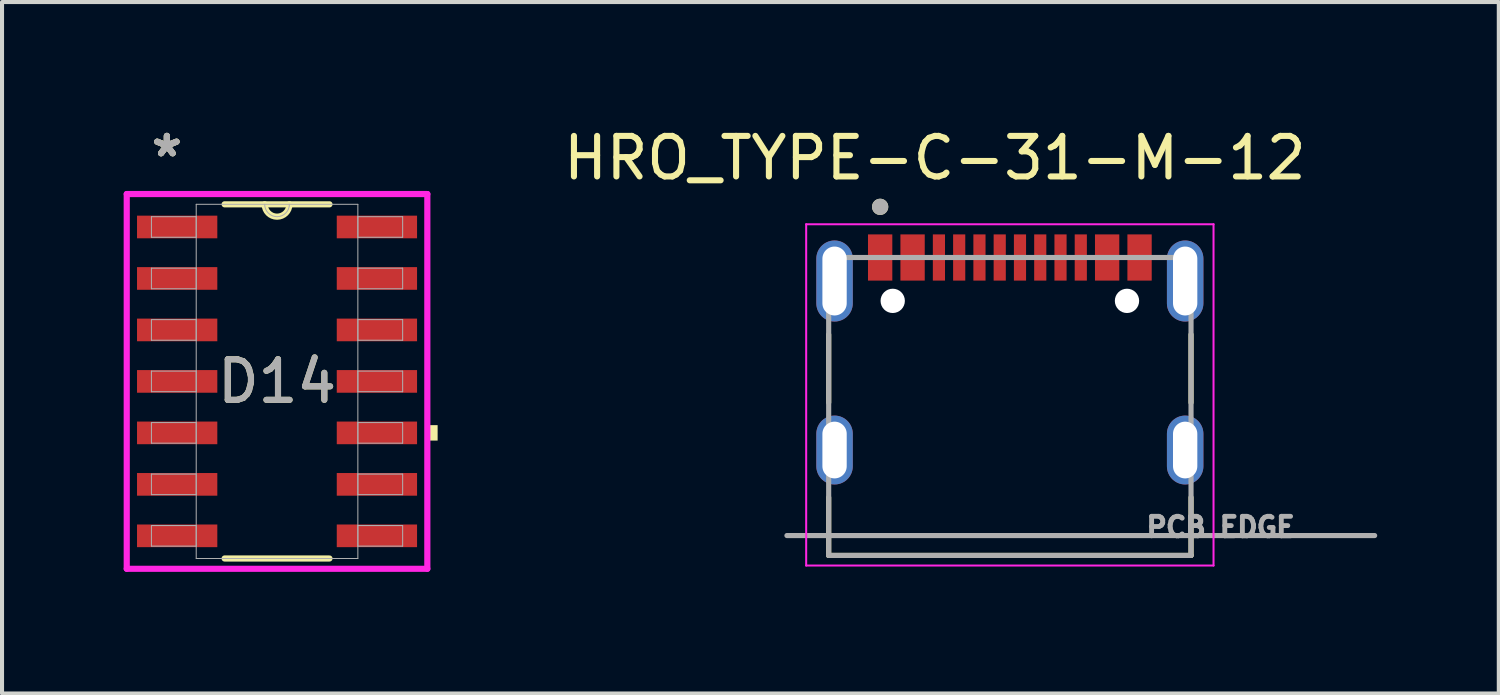
<source format=kicad_pcb>
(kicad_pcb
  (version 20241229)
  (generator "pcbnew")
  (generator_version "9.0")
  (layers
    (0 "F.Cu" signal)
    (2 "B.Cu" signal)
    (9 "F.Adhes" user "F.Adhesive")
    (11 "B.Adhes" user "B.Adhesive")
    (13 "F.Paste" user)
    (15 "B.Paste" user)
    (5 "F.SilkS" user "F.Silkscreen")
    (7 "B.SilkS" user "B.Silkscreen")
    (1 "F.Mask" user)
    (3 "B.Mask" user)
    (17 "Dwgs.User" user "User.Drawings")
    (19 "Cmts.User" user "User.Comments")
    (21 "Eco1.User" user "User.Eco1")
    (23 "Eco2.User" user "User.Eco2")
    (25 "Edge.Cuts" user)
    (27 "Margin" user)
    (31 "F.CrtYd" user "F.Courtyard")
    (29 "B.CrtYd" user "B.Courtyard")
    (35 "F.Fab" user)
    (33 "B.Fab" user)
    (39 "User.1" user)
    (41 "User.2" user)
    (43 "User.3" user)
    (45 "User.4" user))
  (footprint "HRO_TYPE-C-31-M-12"
    (layer "F.Cu")
    (at 21.865 8.053)
    (property "Reference" "HRO_TYPE-C-31-M-12" (at -1.85 -7.205 0) (layer "F.SilkS") (effects (font (size 1 1) (thickness 0.15))))
    (attr smd)
    (fp_poly (pts (xy -3.55 -5.37) (xy -2.85 -5.37) (xy -2.85 -4.13) (xy -3.55 -4.13)) (stroke (width 0.01) (type solid)) (fill yes) (layer "F.Mask"))
    (fp_poly (pts (xy -2.75 -5.37) (xy -2.05 -5.37) (xy -2.05 -4.13) (xy -2.75 -4.13)) (stroke (width 0.01) (type solid)) (fill yes) (layer "F.Mask"))
    (fp_poly (pts (xy -1.95 -5.37) (xy -1.55 -5.37) (xy -1.55 -4.13) (xy -1.95 -4.13)) (stroke (width 0.01) (type solid)) (fill yes) (layer "F.Mask"))
    (fp_poly (pts (xy -1.45 -5.37) (xy -1.05 -5.37) (xy -1.05 -4.13) (xy -1.45 -4.13)) (stroke (width 0.01) (type solid)) (fill yes) (layer "F.Mask"))
    (fp_poly (pts (xy -0.95 -5.37) (xy -0.55 -5.37) (xy -0.55 -4.13) (xy -0.95 -4.13)) (stroke (width 0.01) (type solid)) (fill yes) (layer "F.Mask"))
    (fp_poly (pts (xy -0.45 -5.37) (xy -0.05 -5.37) (xy -0.05 -4.13) (xy -0.45 -4.13)) (stroke (width 0.01) (type solid)) (fill yes) (layer "F.Mask"))
    (fp_poly (pts (xy 0.05 -5.37) (xy 0.45 -5.37) (xy 0.45 -4.13) (xy 0.05 -4.13)) (stroke (width 0.01) (type solid)) (fill yes) (layer "F.Mask"))
    (fp_poly (pts (xy 0.55 -5.37) (xy 0.95 -5.37) (xy 0.95 -4.13) (xy 0.55 -4.13)) (stroke (width 0.01) (type solid)) (fill yes) (layer "F.Mask"))
    (fp_poly (pts (xy 1.05 -5.37) (xy 1.45 -5.37) (xy 1.45 -4.13) (xy 1.05 -4.13)) (stroke (width 0.01) (type solid)) (fill yes) (layer "F.Mask"))
    (fp_poly (pts (xy 1.55 -5.37) (xy 1.95 -5.37) (xy 1.95 -4.13) (xy 1.55 -4.13)) (stroke (width 0.01) (type solid)) (fill yes) (layer "F.Mask"))
    (fp_poly (pts (xy 2.05 -5.37) (xy 2.75 -5.37) (xy 2.75 -4.13) (xy 2.05 -4.13)) (stroke (width 0.01) (type solid)) (fill yes) (layer "F.Mask"))
    (fp_poly (pts (xy 2.85 -5.37) (xy 3.55 -5.37) (xy 3.55 -4.13) (xy 2.85 -4.13)) (stroke (width 0.01) (type solid)) (fill yes) (layer "F.Mask"))
    (fp_line (start -4.47 -2.85) (end -4.47 -1.17) (stroke (width 0.127) (type solid)) (layer "F.SilkS"))
    (fp_line (start -4.47 2.6) (end -4.47 1.17) (stroke (width 0.127) (type solid)) (layer "F.SilkS"))
    (fp_line (start -4.47 2.6) (end 4.47 2.6) (stroke (width 0.127) (type solid)) (layer "F.SilkS"))
    (fp_line (start 4.47 -2.85) (end 4.47 -1.17) (stroke (width 0.127) (type solid)) (layer "F.SilkS"))
    (fp_line (start 4.47 2.6) (end 4.47 1.17) (stroke (width 0.127) (type solid)) (layer "F.SilkS"))
    (fp_circle (center -3.2 -6) (end -3.1 -6) (stroke (width 0.2) (type solid)) (fill no) (layer "F.SilkS"))
    (fp_line (start -5.025 -5.57) (end -5.025 2.85) (stroke (width 0.05) (type solid)) (layer "F.CrtYd"))
    (fp_line (start -5.025 2.85) (end 5.025 2.85) (stroke (width 0.05) (type solid)) (layer "F.CrtYd"))
    (fp_line (start 5.025 -5.57) (end -5.025 -5.57) (stroke (width 0.05) (type solid)) (layer "F.CrtYd"))
    (fp_line (start 5.025 2.85) (end 5.025 -5.57) (stroke (width 0.05) (type solid)) (layer "F.CrtYd"))
    (fp_line (start -5.5 2.11) (end 9 2.11) (stroke (width 0.127) (type solid)) (layer "F.Fab"))
    (fp_line (start -4.47 -4.75) (end -4.47 2.6) (stroke (width 0.127) (type solid)) (layer "F.Fab"))
    (fp_line (start -4.47 2.6) (end 4.47 2.6) (stroke (width 0.127) (type solid)) (layer "F.Fab"))
    (fp_line (start 4.47 -4.75) (end -4.47 -4.75) (stroke (width 0.127) (type solid)) (layer "F.Fab"))
    (fp_line (start 4.47 2.6) (end 4.47 -4.75) (stroke (width 0.127) (type solid)) (layer "F.Fab"))
    (fp_circle (center -3.2 -6) (end -3.1 -6) (stroke (width 0.2) (type solid)) (fill no) (layer "F.Fab"))
    (fp_text user "PCB EDGE" (at 5.2 1.9 0) (layer "F.Fab") (effects (font (size 0.48 0.48) (thickness 0.15))))
    (pad "" np_thru_hole circle (at -2.89 -3.68) (size 0.6 0.6) (drill 0.6) (layers "*.Cu" "*.Mask"))
    (pad "" np_thru_hole circle (at 2.89 -3.68) (size 0.6 0.6) (drill 0.6) (layers "*.Cu" "*.Mask"))
    (pad "A1_B12" smd rect (at -3.2 -4.75) (size 0.6 1.14) (layers "F.Cu" "F.Paste"))
    (pad "A4_B9" smd rect (at -2.4 -4.75) (size 0.6 1.14) (layers "F.Cu" "F.Paste"))
    (pad "A5" smd rect (at -1.25 -4.75) (size 0.3 1.14) (layers "F.Cu" "F.Paste"))
    (pad "A6" smd rect (at -0.25 -4.75) (size 0.3 1.14) (layers "F.Cu" "F.Paste"))
    (pad "A7" smd rect (at 0.25 -4.75) (size 0.3 1.14) (layers "F.Cu" "F.Paste"))
    (pad "A8" smd rect (at 1.25 -4.75) (size 0.3 1.14) (layers "F.Cu" "F.Paste"))
    (pad "B1_A12" smd rect (at 3.2 -4.75) (size 0.6 1.14) (layers "F.Cu" "F.Paste"))
    (pad "B4_A9" smd rect (at 2.4 -4.75) (size 0.6 1.14) (layers "F.Cu" "F.Paste"))
    (pad "B5" smd rect (at 1.75 -4.75) (size 0.3 1.14) (layers "F.Cu" "F.Paste"))
    (pad "B6" smd rect (at 0.75 -4.75) (size 0.3 1.14) (layers "F.Cu" "F.Paste"))
    (pad "B7" smd rect (at -0.75 -4.75) (size 0.3 1.14) (layers "F.Cu" "F.Paste"))
    (pad "B8" smd rect (at -1.75 -4.75) (size 0.3 1.14) (layers "F.Cu" "F.Paste"))
    (pad "S1" thru_hole oval (at -4.325 -4.17) (size 0.9 2) (drill oval 0.6 1.7) (layers "*.Cu" "*.Mask"))
    (pad "S2" thru_hole oval (at 4.325 -4.17) (size 0.9 2) (drill oval 0.6 1.7) (layers "*.Cu" "*.Mask"))
    (pad "S3" thru_hole oval (at -4.325 0) (size 0.9 1.7) (drill oval 0.6 1.4) (layers "*.Cu" "*.Mask"))
    (pad "S4" thru_hole oval (at 4.325 0) (size 0.9 1.7) (drill oval 0.6 1.4) (layers "*.Cu" "*.Mask")))
  (footprint "D14"
    (layer "F.Cu")
    (at 3.785 6.36)
    (property "Reference" "D14" (at 0 0 0) (unlocked yes) (layer "F.SilkS") (effects (font (size 1 1) (thickness 0.15))))
    (attr smd)
    (fp_line (start -1.293 4.369) (end 1.293 4.369) (stroke (width 0.152) (type solid)) (layer "F.SilkS"))
    (fp_line (start 1.293 -4.369) (end -1.293 -4.369) (stroke (width 0.152) (type solid)) (layer "F.SilkS"))
    (fp_arc (start 0.3048 -4.3688) (mid 0 -4.064) (end -0.3048 -4.3688) (stroke (width 0.1524) (type solid)) (layer "F.SilkS"))
    (fp_poly (pts (xy 3.962 1.079) (xy 3.962 1.46) (xy 3.708 1.46) (xy 3.708 1.079)) (stroke (width 0) (type solid)) (fill yes) (layer "F.SilkS"))
    (fp_line (start -3.708 -4.623) (end 3.708 -4.623) (stroke (width 0.152) (type solid)) (layer "F.CrtYd"))
    (fp_line (start -3.708 4.623) (end -3.708 -4.623) (stroke (width 0.152) (type solid)) (layer "F.CrtYd"))
    (fp_line (start 3.708 -4.623) (end 3.708 4.623) (stroke (width 0.152) (type solid)) (layer "F.CrtYd"))
    (fp_line (start 3.708 4.623) (end -3.708 4.623) (stroke (width 0.152) (type solid)) (layer "F.CrtYd"))
    (fp_line (start -3.099 -4.064) (end -3.099 -3.556) (stroke (width 0.025) (type solid)) (layer "F.Fab"))
    (fp_line (start -3.099 -3.556) (end -1.994 -3.556) (stroke (width 0.025) (type solid)) (layer "F.Fab"))
    (fp_line (start -3.099 -2.794) (end -3.099 -2.286) (stroke (width 0.025) (type solid)) (layer "F.Fab"))
    (fp_line (start -3.099 -2.286) (end -1.994 -2.286) (stroke (width 0.025) (type solid)) (layer "F.Fab"))
    (fp_line (start -3.099 -1.524) (end -3.099 -1.016) (stroke (width 0.025) (type solid)) (layer "F.Fab"))
    (fp_line (start -3.099 -1.016) (end -1.994 -1.016) (stroke (width 0.025) (type solid)) (layer "F.Fab"))
    (fp_line (start -3.099 -0.254) (end -3.099 0.254) (stroke (width 0.025) (type solid)) (layer "F.Fab"))
    (fp_line (start -3.099 0.254) (end -1.994 0.254) (stroke (width 0.025) (type solid)) (layer "F.Fab"))
    (fp_line (start -3.099 1.016) (end -3.099 1.524) (stroke (width 0.025) (type solid)) (layer "F.Fab"))
    (fp_line (start -3.099 1.524) (end -1.994 1.524) (stroke (width 0.025) (type solid)) (layer "F.Fab"))
    (fp_line (start -3.099 2.286) (end -3.099 2.794) (stroke (width 0.025) (type solid)) (layer "F.Fab"))
    (fp_line (start -3.099 2.794) (end -1.994 2.794) (stroke (width 0.025) (type solid)) (layer "F.Fab"))
    (fp_line (start -3.099 3.556) (end -3.099 4.064) (stroke (width 0.025) (type solid)) (layer "F.Fab"))
    (fp_line (start -3.099 4.064) (end -1.994 4.064) (stroke (width 0.025) (type solid)) (layer "F.Fab"))
    (fp_line (start -1.994 -4.369) (end -1.994 4.369) (stroke (width 0.025) (type solid)) (layer "F.Fab"))
    (fp_line (start -1.994 -4.064) (end -3.099 -4.064) (stroke (width 0.025) (type solid)) (layer "F.Fab"))
    (fp_line (start -1.994 -3.556) (end -1.994 -4.064) (stroke (width 0.025) (type solid)) (layer "F.Fab"))
    (fp_line (start -1.994 -2.794) (end -3.099 -2.794) (stroke (width 0.025) (type solid)) (layer "F.Fab"))
    (fp_line (start -1.994 -2.286) (end -1.994 -2.794) (stroke (width 0.025) (type solid)) (layer "F.Fab"))
    (fp_line (start -1.994 -1.524) (end -3.099 -1.524) (stroke (width 0.025) (type solid)) (layer "F.Fab"))
    (fp_line (start -1.994 -1.016) (end -1.994 -1.524) (stroke (width 0.025) (type solid)) (layer "F.Fab"))
    (fp_line (start -1.994 -0.254) (end -3.099 -0.254) (stroke (width 0.025) (type solid)) (layer "F.Fab"))
    (fp_line (start -1.994 0.254) (end -1.994 -0.254) (stroke (width 0.025) (type solid)) (layer "F.Fab"))
    (fp_line (start -1.994 1.016) (end -3.099 1.016) (stroke (width 0.025) (type solid)) (layer "F.Fab"))
    (fp_line (start -1.994 1.524) (end -1.994 1.016) (stroke (width 0.025) (type solid)) (layer "F.Fab"))
    (fp_line (start -1.994 2.286) (end -3.099 2.286) (stroke (width 0.025) (type solid)) (layer "F.Fab"))
    (fp_line (start -1.994 2.794) (end -1.994 2.286) (stroke (width 0.025) (type solid)) (layer "F.Fab"))
    (fp_line (start -1.994 3.556) (end -3.099 3.556) (stroke (width 0.025) (type solid)) (layer "F.Fab"))
    (fp_line (start -1.994 4.064) (end -1.994 3.556) (stroke (width 0.025) (type solid)) (layer "F.Fab"))
    (fp_line (start -1.994 4.369) (end 1.994 4.369) (stroke (width 0.025) (type solid)) (layer "F.Fab"))
    (fp_line (start 1.994 -4.369) (end -1.994 -4.369) (stroke (width 0.025) (type solid)) (layer "F.Fab"))
    (fp_line (start 1.994 -4.064) (end 1.994 -3.556) (stroke (width 0.025) (type solid)) (layer "F.Fab"))
    (fp_line (start 1.994 -3.556) (end 3.099 -3.556) (stroke (width 0.025) (type solid)) (layer "F.Fab"))
    (fp_line (start 1.994 -2.794) (end 1.994 -2.286) (stroke (width 0.025) (type solid)) (layer "F.Fab"))
    (fp_line (start 1.994 -2.286) (end 3.099 -2.286) (stroke (width 0.025) (type solid)) (layer "F.Fab"))
    (fp_line (start 1.994 -1.524) (end 1.994 -1.016) (stroke (width 0.025) (type solid)) (layer "F.Fab"))
    (fp_line (start 1.994 -1.016) (end 3.099 -1.016) (stroke (width 0.025) (type solid)) (layer "F.Fab"))
    (fp_line (start 1.994 -0.254) (end 1.994 0.254) (stroke (width 0.025) (type solid)) (layer "F.Fab"))
    (fp_line (start 1.994 0.254) (end 3.099 0.254) (stroke (width 0.025) (type solid)) (layer "F.Fab"))
    (fp_line (start 1.994 1.016) (end 1.994 1.524) (stroke (width 0.025) (type solid)) (layer "F.Fab"))
    (fp_line (start 1.994 1.524) (end 3.099 1.524) (stroke (width 0.025) (type solid)) (layer "F.Fab"))
    (fp_line (start 1.994 2.286) (end 1.994 2.794) (stroke (width 0.025) (type solid)) (layer "F.Fab"))
    (fp_line (start 1.994 2.794) (end 3.099 2.794) (stroke (width 0.025) (type solid)) (layer "F.Fab"))
    (fp_line (start 1.994 3.556) (end 1.994 4.064) (stroke (width 0.025) (type solid)) (layer "F.Fab"))
    (fp_line (start 1.994 4.064) (end 3.099 4.064) (stroke (width 0.025) (type solid)) (layer "F.Fab"))
    (fp_line (start 1.994 4.369) (end 1.994 -4.369) (stroke (width 0.025) (type solid)) (layer "F.Fab"))
    (fp_line (start 3.099 -4.064) (end 1.994 -4.064) (stroke (width 0.025) (type solid)) (layer "F.Fab"))
    (fp_line (start 3.099 -3.556) (end 3.099 -4.064) (stroke (width 0.025) (type solid)) (layer "F.Fab"))
    (fp_line (start 3.099 -2.794) (end 1.994 -2.794) (stroke (width 0.025) (type solid)) (layer "F.Fab"))
    (fp_line (start 3.099 -2.286) (end 3.099 -2.794) (stroke (width 0.025) (type solid)) (layer "F.Fab"))
    (fp_line (start 3.099 -1.524) (end 1.994 -1.524) (stroke (width 0.025) (type solid)) (layer "F.Fab"))
    (fp_line (start 3.099 -1.016) (end 3.099 -1.524) (stroke (width 0.025) (type solid)) (layer "F.Fab"))
    (fp_line (start 3.099 -0.254) (end 1.994 -0.254) (stroke (width 0.025) (type solid)) (layer "F.Fab"))
    (fp_line (start 3.099 0.254) (end 3.099 -0.254) (stroke (width 0.025) (type solid)) (layer "F.Fab"))
    (fp_line (start 3.099 1.016) (end 1.994 1.016) (stroke (width 0.025) (type solid)) (layer "F.Fab"))
    (fp_line (start 3.099 1.524) (end 3.099 1.016) (stroke (width 0.025) (type solid)) (layer "F.Fab"))
    (fp_line (start 3.099 2.286) (end 1.994 2.286) (stroke (width 0.025) (type solid)) (layer "F.Fab"))
    (fp_line (start 3.099 2.794) (end 3.099 2.286) (stroke (width 0.025) (type solid)) (layer "F.Fab"))
    (fp_line (start 3.099 3.556) (end 1.994 3.556) (stroke (width 0.025) (type solid)) (layer "F.Fab"))
    (fp_line (start 3.099 4.064) (end 3.099 3.556) (stroke (width 0.025) (type solid)) (layer "F.Fab"))
    (fp_arc (start 0.3048 -4.3688) (mid 0 -4.064) (end -0.3048 -4.3688) (stroke (width 0.0254) (type solid)) (layer "F.Fab"))
    (fp_text user "*" (at -2.718 -5.512 0) (unlocked yes) (layer "F.SilkS") (effects (font (size 1 1) (thickness 0.15))))
    (fp_text user "*" (at -2.718 -5.512 0) (layer "F.SilkS") (effects (font (size 1 1) (thickness 0.15))))
    (fp_text user "*" (at -2.718 -5.512 0) (unlocked yes) (layer "F.Fab") (effects (font (size 1 1) (thickness 0.15))))
    (fp_text user "*" (at -2.718 -5.512 0) (layer "F.Fab") (effects (font (size 1 1) (thickness 0.15))))
    (fp_text user "${REFERENCE}" (at 0 0 0) (unlocked yes) (layer "F.Fab") (effects (font (size 1 1) (thickness 0.15))))
    (pad "1" smd rect (at -2.464 -3.81) (size 1.981 0.559) (layers "F.Cu" "F.Mask" "F.Paste"))
    (pad "2" smd rect (at -2.464 -2.54) (size 1.981 0.559) (layers "F.Cu" "F.Mask" "F.Paste"))
    (pad "3" smd rect (at -2.464 -1.27) (size 1.981 0.559) (layers "F.Cu" "F.Mask" "F.Paste"))
    (pad "4" smd rect (at -2.464 0) (size 1.981 0.559) (layers "F.Cu" "F.Mask" "F.Paste"))
    (pad "5" smd rect (at -2.464 1.27) (size 1.981 0.559) (layers "F.Cu" "F.Mask" "F.Paste"))
    (pad "6" smd rect (at -2.464 2.54) (size 1.981 0.559) (layers "F.Cu" "F.Mask" "F.Paste"))
    (pad "7" smd rect (at -2.464 3.81) (size 1.981 0.559) (layers "F.Cu" "F.Mask" "F.Paste"))
    (pad "8" smd rect (at 2.464 3.81) (size 1.981 0.559) (layers "F.Cu" "F.Mask" "F.Paste"))
    (pad "9" smd rect (at 2.464 2.54) (size 1.981 0.559) (layers "F.Cu" "F.Mask" "F.Paste"))
    (pad "10" smd rect (at 2.464 1.27) (size 1.981 0.559) (layers "F.Cu" "F.Mask" "F.Paste"))
    (pad "11" smd rect (at 2.464 0) (size 1.981 0.559) (layers "F.Cu" "F.Mask" "F.Paste"))
    (pad "12" smd rect (at 2.464 -1.27) (size 1.981 0.559) (layers "F.Cu" "F.Mask" "F.Paste"))
    (pad "13" smd rect (at 2.464 -2.54) (size 1.981 0.559) (layers "F.Cu" "F.Mask" "F.Paste"))
    (pad "14" smd rect (at 2.464 -3.81) (size 1.981 0.559) (layers "F.Cu" "F.Mask" "F.Paste")))
  (gr_rect
    (start -3 -3)
    (end 33.928 14.059)
    (stroke (width 0.1) (type default))
    (fill no)
    (layer "Edge.Cuts")))
</source>
